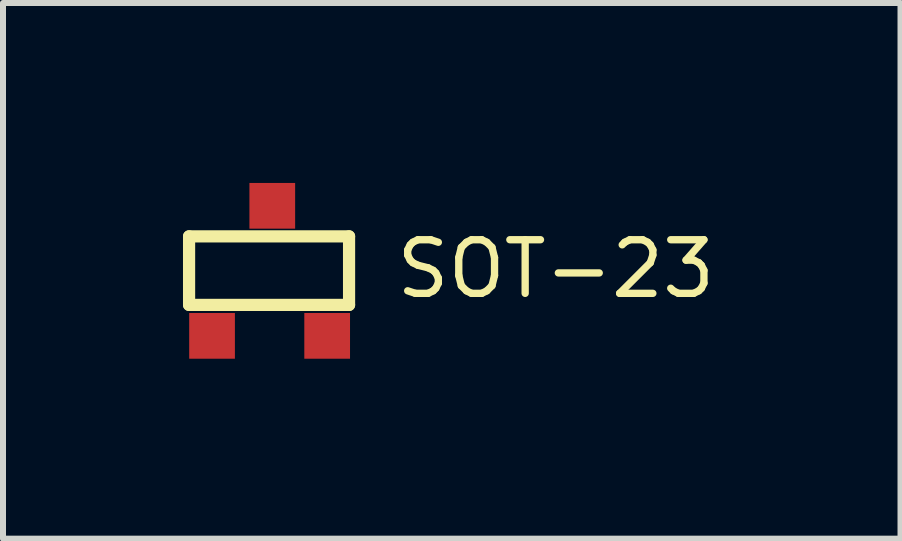
<source format=kicad_pcb>
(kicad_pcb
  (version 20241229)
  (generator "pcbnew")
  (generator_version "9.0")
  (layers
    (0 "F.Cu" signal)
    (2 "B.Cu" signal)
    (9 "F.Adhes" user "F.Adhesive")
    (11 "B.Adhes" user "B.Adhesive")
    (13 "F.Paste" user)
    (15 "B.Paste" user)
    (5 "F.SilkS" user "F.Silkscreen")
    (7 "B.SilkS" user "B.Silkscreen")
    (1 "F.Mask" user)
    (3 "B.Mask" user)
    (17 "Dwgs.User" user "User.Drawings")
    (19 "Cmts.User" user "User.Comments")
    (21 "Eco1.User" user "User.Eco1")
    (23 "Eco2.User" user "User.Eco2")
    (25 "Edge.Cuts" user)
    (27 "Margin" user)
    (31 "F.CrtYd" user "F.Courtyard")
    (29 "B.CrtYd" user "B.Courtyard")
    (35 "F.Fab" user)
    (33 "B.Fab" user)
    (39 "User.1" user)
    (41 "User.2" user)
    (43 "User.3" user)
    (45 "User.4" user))
  (footprint "SOT-23"
    (layer "F.Cu")
    (at 1.464 1.448)
    (property "Reference" "SOT-23" (at 2.032 0.508 0) (layer "F.SilkS") (effects (font (size 0.894 0.894) (thickness 0.122)) (justify left bottom)))
    (fp_line (start -1.362 -0.558) (end 1.305 -0.558) (stroke (width 0.203) (type solid)) (layer "F.SilkS"))
    (fp_line (start -1.362 0.585) (end -1.362 -0.558) (stroke (width 0.203) (type solid)) (layer "F.SilkS"))
    (fp_line (start 1.305 -0.558) (end 1.305 0.585) (stroke (width 0.203) (type solid)) (layer "F.SilkS"))
    (fp_line (start 1.305 0.585) (end -1.362 0.585) (stroke (width 0.203) (type solid)) (layer "F.SilkS"))
    (pad "1" smd rect (at -0.979 1.101) (size 0.762 0.762) (layers "F.Cu" "F.Mask" "F.Paste"))
    (pad "2" smd rect (at 0.94 1.101) (size 0.762 0.762) (layers "F.Cu" "F.Mask" "F.Paste"))
    (pad "3" smd rect (at 0.025 -1.067) (size 0.762 0.762) (layers "F.Cu" "F.Mask" "F.Paste")))
  (gr_rect
    (start -3 -3)
    (end 11.962 5.93)
    (stroke (width 0.1) (type default))
    (fill no)
    (layer "Edge.Cuts")))
</source>
